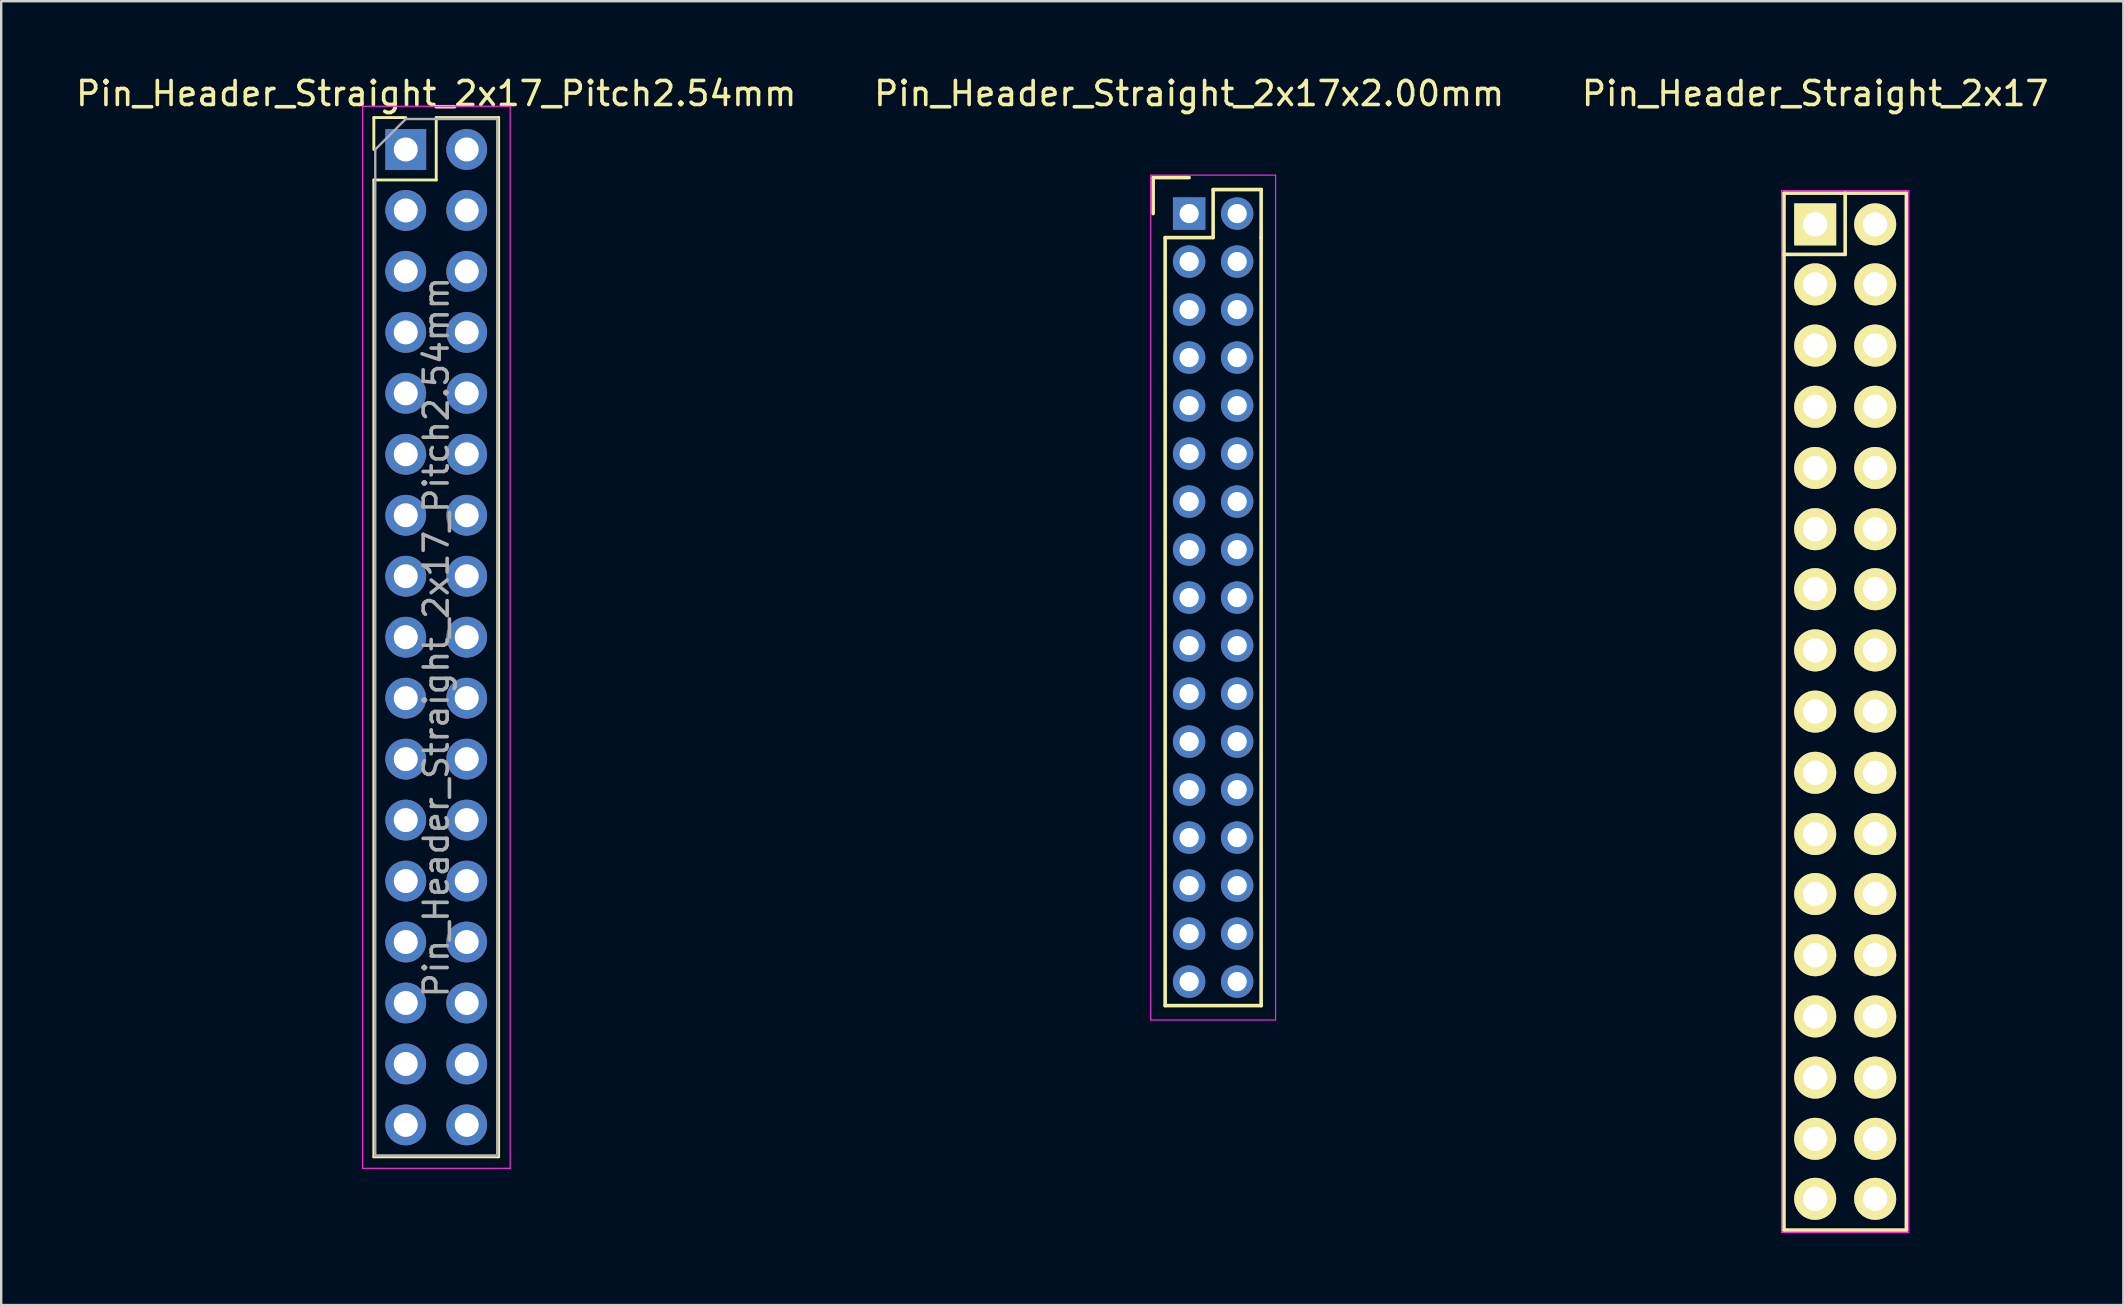
<source format=kicad_pcb>
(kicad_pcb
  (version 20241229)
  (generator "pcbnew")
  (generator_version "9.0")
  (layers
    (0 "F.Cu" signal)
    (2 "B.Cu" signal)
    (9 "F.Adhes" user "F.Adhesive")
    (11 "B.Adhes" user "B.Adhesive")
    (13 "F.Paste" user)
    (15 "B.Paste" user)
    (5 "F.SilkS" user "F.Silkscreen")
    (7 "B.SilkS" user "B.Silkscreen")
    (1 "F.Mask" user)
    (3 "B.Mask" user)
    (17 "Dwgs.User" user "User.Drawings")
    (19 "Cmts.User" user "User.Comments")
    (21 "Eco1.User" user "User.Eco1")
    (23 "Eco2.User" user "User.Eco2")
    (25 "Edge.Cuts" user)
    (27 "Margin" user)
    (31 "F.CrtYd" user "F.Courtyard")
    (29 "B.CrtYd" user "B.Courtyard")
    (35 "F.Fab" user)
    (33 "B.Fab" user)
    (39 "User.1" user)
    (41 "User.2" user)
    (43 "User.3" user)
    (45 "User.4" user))
  (footprint "Pin_Header_Straight_2x17x2.00mm"
    (layer "F.Cu")
    (at 46.494 5.848)
    (property "Reference" "Pin_Header_Straight_2x17x2.00mm" (at 0 -5 0) (layer "F.SilkS") (effects (font (size 1 1) (thickness 0.15))))
    (attr through_hole)
    (fp_line (start -1.5 -1.5) (end 0 -1.5) (stroke (width 0.15) (type solid)) (layer "F.SilkS"))
    (fp_line (start -1.5 0) (end -1.5 -1.5) (stroke (width 0.15) (type solid)) (layer "F.SilkS"))
    (fp_line (start -1 1) (end 1 1) (stroke (width 0.15) (type solid)) (layer "F.SilkS"))
    (fp_line (start -1 33) (end -1 1) (stroke (width 0.15) (type solid)) (layer "F.SilkS"))
    (fp_line (start 1 -1) (end 3 -1) (stroke (width 0.15) (type solid)) (layer "F.SilkS"))
    (fp_line (start 1 1) (end 1 -1) (stroke (width 0.15) (type solid)) (layer "F.SilkS"))
    (fp_line (start 3 -1) (end 3 1) (stroke (width 0.15) (type solid)) (layer "F.SilkS"))
    (fp_line (start 3 1) (end 3 33) (stroke (width 0.15) (type solid)) (layer "F.SilkS"))
    (fp_line (start 3 33) (end -1 33) (stroke (width 0.15) (type solid)) (layer "F.SilkS"))
    (fp_line (start -1.6 -1.6) (end 3.6 -1.6) (stroke (width 0.05) (type solid)) (layer "F.CrtYd"))
    (fp_line (start -1.6 33.6) (end -1.6 -1.6) (stroke (width 0.05) (type solid)) (layer "F.CrtYd"))
    (fp_line (start 3.6 -1.6) (end 3.6 33.6) (stroke (width 0.05) (type solid)) (layer "F.CrtYd"))
    (fp_line (start 3.6 33.6) (end -1.6 33.6) (stroke (width 0.05) (type solid)) (layer "F.CrtYd"))
    (pad "1" thru_hole rect (at 0 0) (size 1.35 1.35) (drill 0.8) (layers "*.Cu" "*.Mask"))
    (pad "2" thru_hole circle (at 2 0) (size 1.35 1.35) (drill 0.8) (layers "*.Cu" "*.Mask"))
    (pad "3" thru_hole circle (at 0 2) (size 1.35 1.35) (drill 0.8) (layers "*.Cu" "*.Mask"))
    (pad "4" thru_hole circle (at 2 2) (size 1.35 1.35) (drill 0.8) (layers "*.Cu" "*.Mask"))
    (pad "5" thru_hole circle (at 0 4) (size 1.35 1.35) (drill 0.8) (layers "*.Cu" "*.Mask"))
    (pad "6" thru_hole circle (at 2 4) (size 1.35 1.35) (drill 0.8) (layers "*.Cu" "*.Mask"))
    (pad "7" thru_hole circle (at 0 6) (size 1.35 1.35) (drill 0.8) (layers "*.Cu" "*.Mask"))
    (pad "8" thru_hole circle (at 2 6) (size 1.35 1.35) (drill 0.8) (layers "*.Cu" "*.Mask"))
    (pad "9" thru_hole circle (at 0 8) (size 1.35 1.35) (drill 0.8) (layers "*.Cu" "*.Mask"))
    (pad "10" thru_hole circle (at 2 8) (size 1.35 1.35) (drill 0.8) (layers "*.Cu" "*.Mask"))
    (pad "11" thru_hole circle (at 0 10) (size 1.35 1.35) (drill 0.8) (layers "*.Cu" "*.Mask"))
    (pad "12" thru_hole circle (at 2 10) (size 1.35 1.35) (drill 0.8) (layers "*.Cu" "*.Mask"))
    (pad "13" thru_hole circle (at 0 12) (size 1.35 1.35) (drill 0.8) (layers "*.Cu" "*.Mask"))
    (pad "14" thru_hole circle (at 2 12) (size 1.35 1.35) (drill 0.8) (layers "*.Cu" "*.Mask"))
    (pad "15" thru_hole circle (at 0 14) (size 1.35 1.35) (drill 0.8) (layers "*.Cu" "*.Mask"))
    (pad "16" thru_hole circle (at 2 14) (size 1.35 1.35) (drill 0.8) (layers "*.Cu" "*.Mask"))
    (pad "17" thru_hole circle (at 0 16) (size 1.35 1.35) (drill 0.8) (layers "*.Cu" "*.Mask"))
    (pad "18" thru_hole circle (at 2 16) (size 1.35 1.35) (drill 0.8) (layers "*.Cu" "*.Mask"))
    (pad "19" thru_hole circle (at 0 18) (size 1.35 1.35) (drill 0.8) (layers "*.Cu" "*.Mask"))
    (pad "20" thru_hole circle (at 2 18) (size 1.35 1.35) (drill 0.8) (layers "*.Cu" "*.Mask"))
    (pad "21" thru_hole circle (at 0 20) (size 1.35 1.35) (drill 0.8) (layers "*.Cu" "*.Mask"))
    (pad "22" thru_hole circle (at 2 20) (size 1.35 1.35) (drill 0.8) (layers "*.Cu" "*.Mask"))
    (pad "23" thru_hole circle (at 0 22) (size 1.35 1.35) (drill 0.8) (layers "*.Cu" "*.Mask"))
    (pad "24" thru_hole circle (at 2 22) (size 1.35 1.35) (drill 0.8) (layers "*.Cu" "*.Mask"))
    (pad "25" thru_hole circle (at 0 24) (size 1.35 1.35) (drill 0.8) (layers "*.Cu" "*.Mask"))
    (pad "26" thru_hole circle (at 2 24) (size 1.35 1.35) (drill 0.8) (layers "*.Cu" "*.Mask"))
    (pad "27" thru_hole circle (at 0 26) (size 1.35 1.35) (drill 0.8) (layers "*.Cu" "*.Mask"))
    (pad "28" thru_hole circle (at 2 26) (size 1.35 1.35) (drill 0.8) (layers "*.Cu" "*.Mask"))
    (pad "29" thru_hole circle (at 0 28) (size 1.35 1.35) (drill 0.8) (layers "*.Cu" "*.Mask"))
    (pad "30" thru_hole circle (at 2 28) (size 1.35 1.35) (drill 0.8) (layers "*.Cu" "*.Mask"))
    (pad "31" thru_hole circle (at 0 30) (size 1.35 1.35) (drill 0.8) (layers "*.Cu" "*.Mask"))
    (pad "32" thru_hole circle (at 2 30) (size 1.35 1.35) (drill 0.8) (layers "*.Cu" "*.Mask"))
    (pad "33" thru_hole circle (at 0 32) (size 1.35 1.35) (drill 0.8) (layers "*.Cu" "*.Mask"))
    (pad "34" thru_hole circle (at 2 32) (size 1.35 1.35) (drill 0.8) (layers "*.Cu" "*.Mask")))
  (footprint "Pin_Header_Straight_2x17"
    (layer "F.Cu")
    (at 72.577 6.298)
    (property "Reference" "Pin_Header_Straight_2x17" (at 0 -5.45 0) (layer "F.SilkS") (effects (font (size 1 1) (thickness 0.15))))
    (attr through_hole)
    (fp_line (start -1.3 -1.3) (end -1.3 1.25) (stroke (width 0.15) (type solid)) (layer "F.SilkS"))
    (fp_line (start -1.3 -1.3) (end 1.25 -1.3) (stroke (width 0.15) (type solid)) (layer "F.SilkS"))
    (fp_line (start -1.3 1.25) (end -1.3 41.9) (stroke (width 0.15) (type solid)) (layer "F.SilkS"))
    (fp_line (start 1.25 -1.3) (end 1.25 1.25) (stroke (width 0.15) (type solid)) (layer "F.SilkS"))
    (fp_line (start 1.25 1.25) (end -1.3 1.25) (stroke (width 0.15) (type solid)) (layer "F.SilkS"))
    (fp_line (start 3.8 -1.3) (end 1.25 -1.3) (stroke (width 0.15) (type solid)) (layer "F.SilkS"))
    (fp_line (start 3.8 41.9) (end -1.3 41.9) (stroke (width 0.15) (type solid)) (layer "F.SilkS"))
    (fp_line (start 3.8 41.9) (end 3.8 -1.3) (stroke (width 0.15) (type solid)) (layer "F.SilkS"))
    (fp_line (start -1.4 -1.4) (end -1.4 42) (stroke (width 0.05) (type solid)) (layer "F.CrtYd"))
    (fp_line (start -1.4 -1.4) (end 3.9 -1.4) (stroke (width 0.05) (type solid)) (layer "F.CrtYd"))
    (fp_line (start -1.4 42) (end 3.9 42) (stroke (width 0.05) (type solid)) (layer "F.CrtYd"))
    (fp_line (start 3.9 -1.4) (end 3.9 42) (stroke (width 0.05) (type solid)) (layer "F.CrtYd"))
    (pad "1" thru_hole rect (at 0 0) (size 1.75 1.75) (drill 1.016) (layers "*.Cu" "*.Mask" "F.SilkS"))
    (pad "2" thru_hole oval (at 2.5 0) (size 1.75 1.75) (drill 1.016) (layers "*.Cu" "*.Mask" "F.SilkS"))
    (pad "3" thru_hole oval (at 0 2.5) (size 1.75 1.75) (drill 1.016) (layers "*.Cu" "*.Mask" "F.SilkS"))
    (pad "4" thru_hole oval (at 2.5 2.5) (size 1.75 1.75) (drill 1.016) (layers "*.Cu" "*.Mask" "F.SilkS"))
    (pad "5" thru_hole oval (at 0 5.05) (size 1.75 1.75) (drill 1.016) (layers "*.Cu" "*.Mask" "F.SilkS"))
    (pad "6" thru_hole oval (at 2.5 5.05) (size 1.75 1.75) (drill 1.016) (layers "*.Cu" "*.Mask" "F.SilkS"))
    (pad "7" thru_hole oval (at 0 7.6) (size 1.75 1.75) (drill 1.016) (layers "*.Cu" "*.Mask" "F.SilkS"))
    (pad "8" thru_hole oval (at 2.5 7.6) (size 1.75 1.75) (drill 1.016) (layers "*.Cu" "*.Mask" "F.SilkS"))
    (pad "9" thru_hole oval (at 0 10.15) (size 1.75 1.75) (drill 1.016) (layers "*.Cu" "*.Mask" "F.SilkS"))
    (pad "10" thru_hole oval (at 2.5 10.15) (size 1.75 1.75) (drill 1.016) (layers "*.Cu" "*.Mask" "F.SilkS"))
    (pad "11" thru_hole oval (at 0 12.7) (size 1.75 1.75) (drill 1.016) (layers "*.Cu" "*.Mask" "F.SilkS"))
    (pad "12" thru_hole oval (at 2.5 12.7) (size 1.75 1.75) (drill 1.016) (layers "*.Cu" "*.Mask" "F.SilkS"))
    (pad "13" thru_hole oval (at 0 15.2) (size 1.75 1.75) (drill 1.016) (layers "*.Cu" "*.Mask" "F.SilkS"))
    (pad "14" thru_hole oval (at 2.5 15.2) (size 1.75 1.75) (drill 1.016) (layers "*.Cu" "*.Mask" "F.SilkS"))
    (pad "15" thru_hole oval (at 0 17.75) (size 1.75 1.75) (drill 1.016) (layers "*.Cu" "*.Mask" "F.SilkS"))
    (pad "16" thru_hole oval (at 2.5 17.75) (size 1.75 1.75) (drill 1.016) (layers "*.Cu" "*.Mask" "F.SilkS"))
    (pad "17" thru_hole oval (at 0 20.3) (size 1.75 1.75) (drill 1.016) (layers "*.Cu" "*.Mask" "F.SilkS"))
    (pad "18" thru_hole oval (at 2.5 20.3) (size 1.75 1.75) (drill 1.016) (layers "*.Cu" "*.Mask" "F.SilkS"))
    (pad "19" thru_hole oval (at 0 22.85) (size 1.75 1.75) (drill 1.016) (layers "*.Cu" "*.Mask" "F.SilkS"))
    (pad "20" thru_hole oval (at 2.5 22.85) (size 1.75 1.75) (drill 1.016) (layers "*.Cu" "*.Mask" "F.SilkS"))
    (pad "21" thru_hole oval (at 0 25.4) (size 1.75 1.75) (drill 1.016) (layers "*.Cu" "*.Mask" "F.SilkS"))
    (pad "22" thru_hole oval (at 2.5 25.4) (size 1.75 1.75) (drill 1.016) (layers "*.Cu" "*.Mask" "F.SilkS"))
    (pad "23" thru_hole oval (at 0 27.9) (size 1.75 1.75) (drill 1.016) (layers "*.Cu" "*.Mask" "F.SilkS"))
    (pad "24" thru_hole oval (at 2.5 27.9) (size 1.75 1.75) (drill 1.016) (layers "*.Cu" "*.Mask" "F.SilkS"))
    (pad "25" thru_hole oval (at 0 30.45) (size 1.75 1.75) (drill 1.016) (layers "*.Cu" "*.Mask" "F.SilkS"))
    (pad "26" thru_hole oval (at 2.5 30.45) (size 1.75 1.75) (drill 1.016) (layers "*.Cu" "*.Mask" "F.SilkS"))
    (pad "27" thru_hole oval (at 0 33) (size 1.75 1.75) (drill 1.016) (layers "*.Cu" "*.Mask" "F.SilkS"))
    (pad "28" thru_hole oval (at 2.5 33) (size 1.75 1.75) (drill 1.016) (layers "*.Cu" "*.Mask" "F.SilkS"))
    (pad "29" thru_hole oval (at 0 35.55) (size 1.75 1.75) (drill 1.016) (layers "*.Cu" "*.Mask" "F.SilkS"))
    (pad "30" thru_hole oval (at 2.5 35.55) (size 1.75 1.75) (drill 1.016) (layers "*.Cu" "*.Mask" "F.SilkS"))
    (pad "31" thru_hole oval (at 0 38.1) (size 1.75 1.75) (drill 1.016) (layers "*.Cu" "*.Mask" "F.SilkS"))
    (pad "32" thru_hole oval (at 2.5 38.1) (size 1.75 1.75) (drill 1.016) (layers "*.Cu" "*.Mask" "F.SilkS"))
    (pad "33" thru_hole oval (at 0 40.6) (size 1.75 1.75) (drill 1.016) (layers "*.Cu" "*.Mask" "F.SilkS"))
    (pad "34" thru_hole oval (at 2.5 40.6) (size 1.75 1.75) (drill 1.016) (layers "*.Cu" "*.Mask" "F.SilkS")))
  (footprint "Pin_Header_Straight_2x17_Pitch2.54mm"
    (layer "F.Cu")
    (at 13.855 3.178)
    (property "Reference" "Pin_Header_Straight_2x17_Pitch2.54mm" (at 1.27 -2.33 0) (layer "F.SilkS") (effects (font (size 1 1) (thickness 0.15))))
    (attr through_hole)
    (fp_line (start -1.33 -1.33) (end 0 -1.33) (stroke (width 0.12) (type solid)) (layer "F.SilkS"))
    (fp_line (start -1.33 0) (end -1.33 -1.33) (stroke (width 0.12) (type solid)) (layer "F.SilkS"))
    (fp_line (start -1.33 1.27) (end -1.33 41.97) (stroke (width 0.12) (type solid)) (layer "F.SilkS"))
    (fp_line (start -1.33 41.97) (end 3.87 41.97) (stroke (width 0.12) (type solid)) (layer "F.SilkS"))
    (fp_line (start 1.27 -1.33) (end 1.27 1.27) (stroke (width 0.12) (type solid)) (layer "F.SilkS"))
    (fp_line (start 1.27 1.27) (end -1.33 1.27) (stroke (width 0.12) (type solid)) (layer "F.SilkS"))
    (fp_line (start 3.87 -1.33) (end 1.27 -1.33) (stroke (width 0.12) (type solid)) (layer "F.SilkS"))
    (fp_line (start 3.87 41.97) (end 3.87 -1.33) (stroke (width 0.12) (type solid)) (layer "F.SilkS"))
    (fp_line (start -1.8 -1.8) (end -1.8 42.45) (stroke (width 0.05) (type solid)) (layer "F.CrtYd"))
    (fp_line (start -1.8 42.45) (end 4.35 42.45) (stroke (width 0.05) (type solid)) (layer "F.CrtYd"))
    (fp_line (start 4.35 -1.8) (end -1.8 -1.8) (stroke (width 0.05) (type solid)) (layer "F.CrtYd"))
    (fp_line (start 4.35 42.45) (end 4.35 -1.8) (stroke (width 0.05) (type solid)) (layer "F.CrtYd"))
    (fp_line (start -1.27 0) (end 0 -1.27) (stroke (width 0.1) (type solid)) (layer "F.Fab"))
    (fp_line (start -1.27 41.91) (end -1.27 0) (stroke (width 0.1) (type solid)) (layer "F.Fab"))
    (fp_line (start 0 -1.27) (end 3.81 -1.27) (stroke (width 0.1) (type solid)) (layer "F.Fab"))
    (fp_line (start 3.81 -1.27) (end 3.81 41.91) (stroke (width 0.1) (type solid)) (layer "F.Fab"))
    (fp_line (start 3.81 41.91) (end -1.27 41.91) (stroke (width 0.1) (type solid)) (layer "F.Fab"))
    (fp_text user "${REFERENCE}" (at 1.27 20.32 90) (layer "F.Fab") (effects (font (size 1 1) (thickness 0.15))))
    (pad "1" thru_hole rect (at 0 0) (size 1.7 1.7) (drill 1) (layers "*.Cu" "*.Mask"))
    (pad "2" thru_hole oval (at 2.54 0) (size 1.7 1.7) (drill 1) (layers "*.Cu" "*.Mask"))
    (pad "3" thru_hole oval (at 0 2.54) (size 1.7 1.7) (drill 1) (layers "*.Cu" "*.Mask"))
    (pad "4" thru_hole oval (at 2.54 2.54) (size 1.7 1.7) (drill 1) (layers "*.Cu" "*.Mask"))
    (pad "5" thru_hole oval (at 0 5.08) (size 1.7 1.7) (drill 1) (layers "*.Cu" "*.Mask"))
    (pad "6" thru_hole oval (at 2.54 5.08) (size 1.7 1.7) (drill 1) (layers "*.Cu" "*.Mask"))
    (pad "7" thru_hole oval (at 0 7.62) (size 1.7 1.7) (drill 1) (layers "*.Cu" "*.Mask"))
    (pad "8" thru_hole oval (at 2.54 7.62) (size 1.7 1.7) (drill 1) (layers "*.Cu" "*.Mask"))
    (pad "9" thru_hole oval (at 0 10.16) (size 1.7 1.7) (drill 1) (layers "*.Cu" "*.Mask"))
    (pad "10" thru_hole oval (at 2.54 10.16) (size 1.7 1.7) (drill 1) (layers "*.Cu" "*.Mask"))
    (pad "11" thru_hole oval (at 0 12.7) (size 1.7 1.7) (drill 1) (layers "*.Cu" "*.Mask"))
    (pad "12" thru_hole oval (at 2.54 12.7) (size 1.7 1.7) (drill 1) (layers "*.Cu" "*.Mask"))
    (pad "13" thru_hole oval (at 0 15.24) (size 1.7 1.7) (drill 1) (layers "*.Cu" "*.Mask"))
    (pad "14" thru_hole oval (at 2.54 15.24) (size 1.7 1.7) (drill 1) (layers "*.Cu" "*.Mask"))
    (pad "15" thru_hole oval (at 0 17.78) (size 1.7 1.7) (drill 1) (layers "*.Cu" "*.Mask"))
    (pad "16" thru_hole oval (at 2.54 17.78) (size 1.7 1.7) (drill 1) (layers "*.Cu" "*.Mask"))
    (pad "17" thru_hole oval (at 0 20.32) (size 1.7 1.7) (drill 1) (layers "*.Cu" "*.Mask"))
    (pad "18" thru_hole oval (at 2.54 20.32) (size 1.7 1.7) (drill 1) (layers "*.Cu" "*.Mask"))
    (pad "19" thru_hole oval (at 0 22.86) (size 1.7 1.7) (drill 1) (layers "*.Cu" "*.Mask"))
    (pad "20" thru_hole oval (at 2.54 22.86) (size 1.7 1.7) (drill 1) (layers "*.Cu" "*.Mask"))
    (pad "21" thru_hole oval (at 0 25.4) (size 1.7 1.7) (drill 1) (layers "*.Cu" "*.Mask"))
    (pad "22" thru_hole oval (at 2.54 25.4) (size 1.7 1.7) (drill 1) (layers "*.Cu" "*.Mask"))
    (pad "23" thru_hole oval (at 0 27.94) (size 1.7 1.7) (drill 1) (layers "*.Cu" "*.Mask"))
    (pad "24" thru_hole oval (at 2.54 27.94) (size 1.7 1.7) (drill 1) (layers "*.Cu" "*.Mask"))
    (pad "25" thru_hole oval (at 0 30.48) (size 1.7 1.7) (drill 1) (layers "*.Cu" "*.Mask"))
    (pad "26" thru_hole oval (at 2.54 30.48) (size 1.7 1.7) (drill 1) (layers "*.Cu" "*.Mask"))
    (pad "27" thru_hole oval (at 0 33.02) (size 1.7 1.7) (drill 1) (layers "*.Cu" "*.Mask"))
    (pad "28" thru_hole oval (at 2.54 33.02) (size 1.7 1.7) (drill 1) (layers "*.Cu" "*.Mask"))
    (pad "29" thru_hole oval (at 0 35.56) (size 1.7 1.7) (drill 1) (layers "*.Cu" "*.Mask"))
    (pad "30" thru_hole oval (at 2.54 35.56) (size 1.7 1.7) (drill 1) (layers "*.Cu" "*.Mask"))
    (pad "31" thru_hole oval (at 0 38.1) (size 1.7 1.7) (drill 1) (layers "*.Cu" "*.Mask"))
    (pad "32" thru_hole oval (at 2.54 38.1) (size 1.7 1.7) (drill 1) (layers "*.Cu" "*.Mask"))
    (pad "33" thru_hole oval (at 0 40.64) (size 1.7 1.7) (drill 1) (layers "*.Cu" "*.Mask"))
    (pad "34" thru_hole oval (at 2.54 40.64) (size 1.7 1.7) (drill 1) (layers "*.Cu" "*.Mask")))
  (gr_rect
    (start -3 -3)
    (end 85.417 51.323)
    (stroke (width 0.1) (type default))
    (fill no)
    (layer "Edge.Cuts")))
</source>
